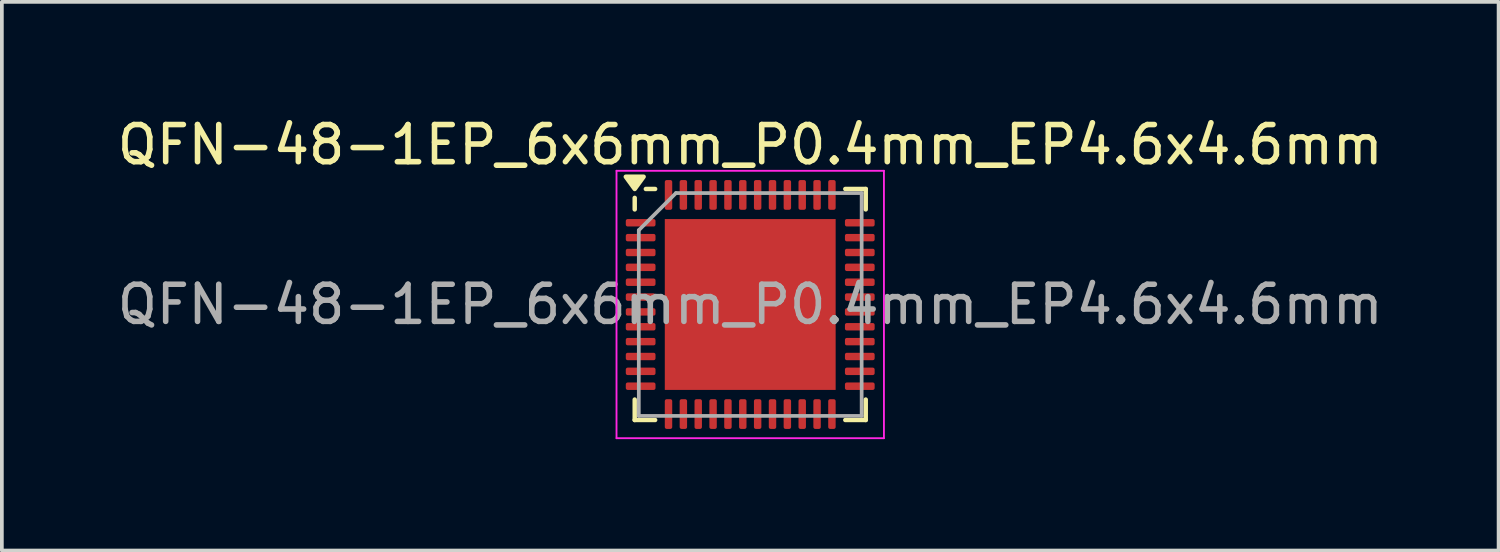
<source format=kicad_pcb>
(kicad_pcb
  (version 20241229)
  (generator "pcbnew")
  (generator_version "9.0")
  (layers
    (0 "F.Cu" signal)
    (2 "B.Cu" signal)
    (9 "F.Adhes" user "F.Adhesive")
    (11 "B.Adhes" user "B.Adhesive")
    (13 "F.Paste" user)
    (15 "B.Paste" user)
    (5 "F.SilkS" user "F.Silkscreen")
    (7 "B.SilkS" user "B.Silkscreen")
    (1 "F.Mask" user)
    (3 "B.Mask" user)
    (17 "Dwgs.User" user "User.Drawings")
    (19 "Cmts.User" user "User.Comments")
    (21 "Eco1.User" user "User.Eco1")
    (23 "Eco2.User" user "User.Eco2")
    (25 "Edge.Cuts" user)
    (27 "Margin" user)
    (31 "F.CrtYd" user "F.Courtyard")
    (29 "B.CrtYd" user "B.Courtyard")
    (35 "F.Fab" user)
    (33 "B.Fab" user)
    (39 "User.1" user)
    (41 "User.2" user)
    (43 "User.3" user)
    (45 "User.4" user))
  (footprint "QFN-48-1EP_6x6mm_P0.4mm_EP4.6x4.6mm"
    (layer "F.Cu")
    (at 17.149 5.148)
    (property "Reference" "QFN-48-1EP_6x6mm_P0.4mm_EP4.6x4.6mm" (at 0 -4.3 0) (layer "F.SilkS") (effects (font (size 1 1) (thickness 0.15))))
    (attr smd)
    (fp_line (start -3.11 -2.56) (end -3.11 -2.87) (stroke (width 0.12) (type solid)) (layer "F.SilkS"))
    (fp_line (start -3.11 3.11) (end -3.11 2.56) (stroke (width 0.12) (type solid)) (layer "F.SilkS"))
    (fp_line (start -2.56 -3.11) (end -2.81 -3.11) (stroke (width 0.12) (type solid)) (layer "F.SilkS"))
    (fp_line (start -2.56 3.11) (end -3.11 3.11) (stroke (width 0.12) (type solid)) (layer "F.SilkS"))
    (fp_line (start 2.56 -3.11) (end 3.11 -3.11) (stroke (width 0.12) (type solid)) (layer "F.SilkS"))
    (fp_line (start 2.56 3.11) (end 3.11 3.11) (stroke (width 0.12) (type solid)) (layer "F.SilkS"))
    (fp_line (start 3.11 -3.11) (end 3.11 -2.56) (stroke (width 0.12) (type solid)) (layer "F.SilkS"))
    (fp_line (start 3.11 3.11) (end 3.11 2.56) (stroke (width 0.12) (type solid)) (layer "F.SilkS"))
    (fp_poly (pts (xy -3.11 -3.11) (xy -3.35 -3.44) (xy -2.87 -3.44) (xy -3.11 -3.11)) (stroke (width 0.12) (type solid)) (fill yes) (layer "F.SilkS"))
    (fp_line (start -3.6 -3.6) (end -3.6 3.6) (stroke (width 0.05) (type solid)) (layer "F.CrtYd"))
    (fp_line (start -3.6 3.6) (end 3.6 3.6) (stroke (width 0.05) (type solid)) (layer "F.CrtYd"))
    (fp_line (start 3.6 -3.6) (end -3.6 -3.6) (stroke (width 0.05) (type solid)) (layer "F.CrtYd"))
    (fp_line (start 3.6 3.6) (end 3.6 -3.6) (stroke (width 0.05) (type solid)) (layer "F.CrtYd"))
    (fp_line (start -3 -2) (end -2 -3) (stroke (width 0.1) (type solid)) (layer "F.Fab"))
    (fp_line (start -3 3) (end -3 -2) (stroke (width 0.1) (type solid)) (layer "F.Fab"))
    (fp_line (start -2 -3) (end 3 -3) (stroke (width 0.1) (type solid)) (layer "F.Fab"))
    (fp_line (start 3 -3) (end 3 3) (stroke (width 0.1) (type solid)) (layer "F.Fab"))
    (fp_line (start 3 3) (end -3 3) (stroke (width 0.1) (type solid)) (layer "F.Fab"))
    (fp_text user "${REFERENCE}" (at 0 0 0) (layer "F.Fab") (effects (font (size 1 1) (thickness 0.15))))
    (pad "" smd roundrect (at -1.53 -1.53) (size 1.24 1.24) (layers "F.Paste") (roundrect_rratio 0.202))
    (pad "" smd roundrect (at -1.53 0) (size 1.24 1.24) (layers "F.Paste") (roundrect_rratio 0.202))
    (pad "" smd roundrect (at -1.53 1.53) (size 1.24 1.24) (layers "F.Paste") (roundrect_rratio 0.202))
    (pad "" smd roundrect (at 0 -1.53) (size 1.24 1.24) (layers "F.Paste") (roundrect_rratio 0.202))
    (pad "" smd roundrect (at 0 0) (size 1.24 1.24) (layers "F.Paste") (roundrect_rratio 0.202))
    (pad "" smd roundrect (at 0 1.53) (size 1.24 1.24) (layers "F.Paste") (roundrect_rratio 0.202))
    (pad "" smd roundrect (at 1.53 -1.53) (size 1.24 1.24) (layers "F.Paste") (roundrect_rratio 0.202))
    (pad "" smd roundrect (at 1.53 0) (size 1.24 1.24) (layers "F.Paste") (roundrect_rratio 0.202))
    (pad "" smd roundrect (at 1.53 1.53) (size 1.24 1.24) (layers "F.Paste") (roundrect_rratio 0.202))
    (pad "1" smd roundrect (at -2.95 -2.2) (size 0.8 0.2) (layers "F.Cu" "F.Mask" "F.Paste") (roundrect_rratio 0.25))
    (pad "2" smd roundrect (at -2.95 -1.8) (size 0.8 0.2) (layers "F.Cu" "F.Mask" "F.Paste") (roundrect_rratio 0.25))
    (pad "3" smd roundrect (at -2.95 -1.4) (size 0.8 0.2) (layers "F.Cu" "F.Mask" "F.Paste") (roundrect_rratio 0.25))
    (pad "4" smd roundrect (at -2.95 -1) (size 0.8 0.2) (layers "F.Cu" "F.Mask" "F.Paste") (roundrect_rratio 0.25))
    (pad "5" smd roundrect (at -2.95 -0.6) (size 0.8 0.2) (layers "F.Cu" "F.Mask" "F.Paste") (roundrect_rratio 0.25))
    (pad "6" smd roundrect (at -2.95 -0.2) (size 0.8 0.2) (layers "F.Cu" "F.Mask" "F.Paste") (roundrect_rratio 0.25))
    (pad "7" smd roundrect (at -2.95 0.2) (size 0.8 0.2) (layers "F.Cu" "F.Mask" "F.Paste") (roundrect_rratio 0.25))
    (pad "8" smd roundrect (at -2.95 0.6) (size 0.8 0.2) (layers "F.Cu" "F.Mask" "F.Paste") (roundrect_rratio 0.25))
    (pad "9" smd roundrect (at -2.95 1) (size 0.8 0.2) (layers "F.Cu" "F.Mask" "F.Paste") (roundrect_rratio 0.25))
    (pad "10" smd roundrect (at -2.95 1.4) (size 0.8 0.2) (layers "F.Cu" "F.Mask" "F.Paste") (roundrect_rratio 0.25))
    (pad "11" smd roundrect (at -2.95 1.8) (size 0.8 0.2) (layers "F.Cu" "F.Mask" "F.Paste") (roundrect_rratio 0.25))
    (pad "12" smd roundrect (at -2.95 2.2) (size 0.8 0.2) (layers "F.Cu" "F.Mask" "F.Paste") (roundrect_rratio 0.25))
    (pad "13" smd roundrect (at -2.2 2.95) (size 0.2 0.8) (layers "F.Cu" "F.Mask" "F.Paste") (roundrect_rratio 0.25))
    (pad "14" smd roundrect (at -1.8 2.95) (size 0.2 0.8) (layers "F.Cu" "F.Mask" "F.Paste") (roundrect_rratio 0.25))
    (pad "15" smd roundrect (at -1.4 2.95) (size 0.2 0.8) (layers "F.Cu" "F.Mask" "F.Paste") (roundrect_rratio 0.25))
    (pad "16" smd roundrect (at -1 2.95) (size 0.2 0.8) (layers "F.Cu" "F.Mask" "F.Paste") (roundrect_rratio 0.25))
    (pad "17" smd roundrect (at -0.6 2.95) (size 0.2 0.8) (layers "F.Cu" "F.Mask" "F.Paste") (roundrect_rratio 0.25))
    (pad "18" smd roundrect (at -0.2 2.95) (size 0.2 0.8) (layers "F.Cu" "F.Mask" "F.Paste") (roundrect_rratio 0.25))
    (pad "19" smd roundrect (at 0.2 2.95) (size 0.2 0.8) (layers "F.Cu" "F.Mask" "F.Paste") (roundrect_rratio 0.25))
    (pad "20" smd roundrect (at 0.6 2.95) (size 0.2 0.8) (layers "F.Cu" "F.Mask" "F.Paste") (roundrect_rratio 0.25))
    (pad "21" smd roundrect (at 1 2.95) (size 0.2 0.8) (layers "F.Cu" "F.Mask" "F.Paste") (roundrect_rratio 0.25))
    (pad "22" smd roundrect (at 1.4 2.95) (size 0.2 0.8) (layers "F.Cu" "F.Mask" "F.Paste") (roundrect_rratio 0.25))
    (pad "23" smd roundrect (at 1.8 2.95) (size 0.2 0.8) (layers "F.Cu" "F.Mask" "F.Paste") (roundrect_rratio 0.25))
    (pad "24" smd roundrect (at 2.2 2.95) (size 0.2 0.8) (layers "F.Cu" "F.Mask" "F.Paste") (roundrect_rratio 0.25))
    (pad "25" smd roundrect (at 2.95 2.2) (size 0.8 0.2) (layers "F.Cu" "F.Mask" "F.Paste") (roundrect_rratio 0.25))
    (pad "26" smd roundrect (at 2.95 1.8) (size 0.8 0.2) (layers "F.Cu" "F.Mask" "F.Paste") (roundrect_rratio 0.25))
    (pad "27" smd roundrect (at 2.95 1.4) (size 0.8 0.2) (layers "F.Cu" "F.Mask" "F.Paste") (roundrect_rratio 0.25))
    (pad "28" smd roundrect (at 2.95 1) (size 0.8 0.2) (layers "F.Cu" "F.Mask" "F.Paste") (roundrect_rratio 0.25))
    (pad "29" smd roundrect (at 2.95 0.6) (size 0.8 0.2) (layers "F.Cu" "F.Mask" "F.Paste") (roundrect_rratio 0.25))
    (pad "30" smd roundrect (at 2.95 0.2) (size 0.8 0.2) (layers "F.Cu" "F.Mask" "F.Paste") (roundrect_rratio 0.25))
    (pad "31" smd roundrect (at 2.95 -0.2) (size 0.8 0.2) (layers "F.Cu" "F.Mask" "F.Paste") (roundrect_rratio 0.25))
    (pad "32" smd roundrect (at 2.95 -0.6) (size 0.8 0.2) (layers "F.Cu" "F.Mask" "F.Paste") (roundrect_rratio 0.25))
    (pad "33" smd roundrect (at 2.95 -1) (size 0.8 0.2) (layers "F.Cu" "F.Mask" "F.Paste") (roundrect_rratio 0.25))
    (pad "34" smd roundrect (at 2.95 -1.4) (size 0.8 0.2) (layers "F.Cu" "F.Mask" "F.Paste") (roundrect_rratio 0.25))
    (pad "35" smd roundrect (at 2.95 -1.8) (size 0.8 0.2) (layers "F.Cu" "F.Mask" "F.Paste") (roundrect_rratio 0.25))
    (pad "36" smd roundrect (at 2.95 -2.2) (size 0.8 0.2) (layers "F.Cu" "F.Mask" "F.Paste") (roundrect_rratio 0.25))
    (pad "37" smd roundrect (at 2.2 -2.95) (size 0.2 0.8) (layers "F.Cu" "F.Mask" "F.Paste") (roundrect_rratio 0.25))
    (pad "38" smd roundrect (at 1.8 -2.95) (size 0.2 0.8) (layers "F.Cu" "F.Mask" "F.Paste") (roundrect_rratio 0.25))
    (pad "39" smd roundrect (at 1.4 -2.95) (size 0.2 0.8) (layers "F.Cu" "F.Mask" "F.Paste") (roundrect_rratio 0.25))
    (pad "40" smd roundrect (at 1 -2.95) (size 0.2 0.8) (layers "F.Cu" "F.Mask" "F.Paste") (roundrect_rratio 0.25))
    (pad "41" smd roundrect (at 0.6 -2.95) (size 0.2 0.8) (layers "F.Cu" "F.Mask" "F.Paste") (roundrect_rratio 0.25))
    (pad "42" smd roundrect (at 0.2 -2.95) (size 0.2 0.8) (layers "F.Cu" "F.Mask" "F.Paste") (roundrect_rratio 0.25))
    (pad "43" smd roundrect (at -0.2 -2.95) (size 0.2 0.8) (layers "F.Cu" "F.Mask" "F.Paste") (roundrect_rratio 0.25))
    (pad "44" smd roundrect (at -0.6 -2.95) (size 0.2 0.8) (layers "F.Cu" "F.Mask" "F.Paste") (roundrect_rratio 0.25))
    (pad "45" smd roundrect (at -1 -2.95) (size 0.2 0.8) (layers "F.Cu" "F.Mask" "F.Paste") (roundrect_rratio 0.25))
    (pad "46" smd roundrect (at -1.4 -2.95) (size 0.2 0.8) (layers "F.Cu" "F.Mask" "F.Paste") (roundrect_rratio 0.25))
    (pad "47" smd roundrect (at -1.8 -2.95) (size 0.2 0.8) (layers "F.Cu" "F.Mask" "F.Paste") (roundrect_rratio 0.25))
    (pad "48" smd roundrect (at -2.2 -2.95) (size 0.2 0.8) (layers "F.Cu" "F.Mask" "F.Paste") (roundrect_rratio 0.25))
    (pad "49" smd rect (at 0 0) (size 4.6 4.6) (property pad_prop_heatsink) (layers "F.Cu" "F.Mask")))
  (gr_rect
    (start -3 -3)
    (end 37.298 11.773)
    (stroke (width 0.1) (type default))
    (fill no)
    (layer "Edge.Cuts")))
</source>
